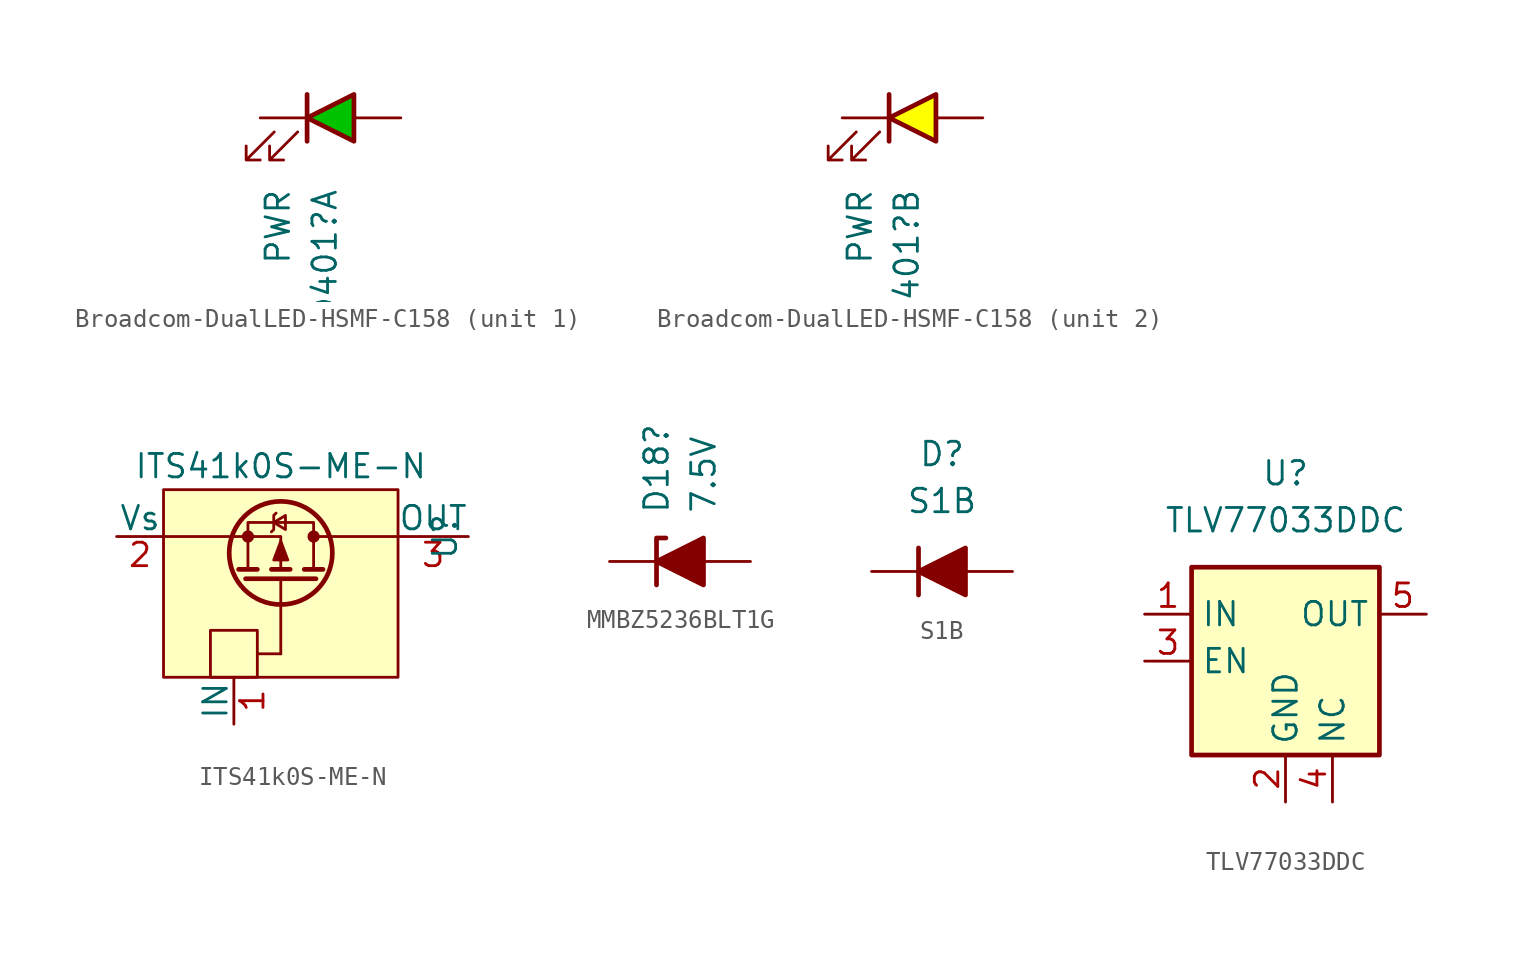
<source format=kicad_sym>
(kicad_symbol_lib
  (version 20241209)
  (generator "kicad_symbol_editor")
  (generator_version "9.0")
  (symbol "Broadcom-DualLED-HSMF-C158"
    (pin_numbers
      (hide yes))
    (pin_names
      (offset 1.016)
      (hide yes))
    (property "Reference" "D401"
      (at -0.317 -3.81 90)
      (effects (font (size 1.27 1.27)) (justify right)))
    (property "Value" "PWR"
      (at -2.857 -3.81 90)
      (effects (font (size 1.27 1.27)) (justify right)))
    (property "ki_locked" ""
      (at 0 0 0)
      (effects (font (size 1.27 1.27))))
    (symbol "Broadcom-DualLED-HSMF-C158_0_1"
      (polyline (pts (xy -3.048 -0.762) (xy -4.572 -2.286) (xy -3.81 -2.286) (xy -4.572 -2.286) (xy -4.572 -1.524)) (stroke (width 0) (type default)) (fill (type none)))
      (polyline (pts (xy -1.778 -0.762) (xy -3.302 -2.286) (xy -2.54 -2.286) (xy -3.302 -2.286) (xy -3.302 -1.524)) (stroke (width 0) (type default)) (fill (type none)))
      (polyline (pts (xy -1.27 -1.27) (xy -1.27 1.27)) (stroke (width 0.254) (type default)) (fill (type none))))
    (symbol "Broadcom-DualLED-HSMF-C158_1_1"
      (polyline (pts (xy 1.27 -1.27) (xy 1.27 1.27) (xy -1.27 0) (xy 1.27 -1.27)) (stroke (width 0.254) (type solid)) (fill (type color) (color 0 194 0 1)))
      (pin passive line (at -3.81 0 0) (length 2.54) (name "KG" (effects (font (size 1.27 1.27)))) (number "2" (effects (font (size 1.27 1.27)))))
      (pin passive line (at 3.81 0 180) (length 2.54) (name "AG" (effects (font (size 1.27 1.27)))) (number "1" (effects (font (size 1.27 1.27))))))
    (symbol "Broadcom-DualLED-HSMF-C158_2_1"
      (polyline (pts (xy 1.27 -1.27) (xy 1.27 1.27) (xy -1.27 0) (xy 1.27 -1.27)) (stroke (width 0.254) (type solid)) (fill (type color) (color 255 255 0 1)))
      (pin passive line (at -3.81 0 0) (length 2.54) (name "KY" (effects (font (size 1.27 1.27)))) (number "4" (effects (font (size 1.27 1.27)))))
      (pin passive line (at 3.81 0 180) (length 2.54) (name "AY" (effects (font (size 1.27 1.27)))) (number "3" (effects (font (size 1.27 1.27)))))))
  (symbol "ITS41k0S-ME-N"
    (pin_names
      (offset 0))
    (property "Reference" "U"
      (at 8.89 0 90)
      (effects (font (size 1.27 1.27))))
    (property "Value" "ITS41k0S-ME-N"
      (at 0 3.81 0)
      (effects (font (size 1.27 1.27))))
    (symbol "ITS41k0S-ME-N_0_1"
      (rectangle (start -3.81 -5.08) (end -1.27 -7.62) (stroke (width 0) (type default)) (fill (type none)))
      (polyline (pts (xy -2.54 0) (xy 0 0) (xy 0 -1.778)) (stroke (width 0) (type default)) (fill (type none)))
      (circle (center -1.778 0) (radius 0.254) (stroke (width 0) (type default)) (fill (type outline)))
      (polyline (pts (xy -1.27 -1.778) (xy -2.286 -1.778)) (stroke (width 0.254) (type default)) (fill (type none)))
      (polyline (pts (xy -0.508 0.254) (xy -0.381 0.381) (xy -0.381 1.143) (xy -0.254 1.27)) (stroke (width 0) (type default)) (fill (type none)))
      (polyline (pts (xy -0.381 0.762) (xy 0.254 0.381) (xy 0.254 1.143) (xy -0.381 0.762)) (stroke (width 0) (type default)) (fill (type none)))
      (polyline (pts (xy 0 -0.254) (xy 0.381 -1.27) (xy -0.381 -1.27) (xy 0 -0.254)) (stroke (width 0) (type default)) (fill (type outline)))
      (circle (center 0 -0.889) (radius 2.794) (stroke (width 0.254) (type default)) (fill (type none)))
      (polyline (pts (xy 0 -2.286) (xy 0 -6.35)) (stroke (width 0) (type default)) (fill (type none)))
      (polyline (pts (xy 0 -6.35) (xy -1.27 -6.35)) (stroke (width 0) (type default)) (fill (type none)))
      (polyline (pts (xy 0.508 -1.778) (xy -0.508 -1.778)) (stroke (width 0.254) (type default)) (fill (type none)))
      (circle (center 1.778 0) (radius 0.254) (stroke (width 0) (type default)) (fill (type outline)))
      (polyline (pts (xy 1.778 -1.778) (xy 1.778 0.762) (xy -1.778 0.762) (xy -1.778 -1.778)) (stroke (width 0) (type default)) (fill (type none)))
      (polyline (pts (xy 1.905 -2.286) (xy -1.905 -2.286)) (stroke (width 0.254) (type default)) (fill (type none)))
      (polyline (pts (xy 2.286 -1.778) (xy 1.27 -1.778)) (stroke (width 0.254) (type default)) (fill (type none)))
      (polyline (pts (xy 2.54 0) (xy 1.778 0)) (stroke (width 0) (type default)) (fill (type none))))
    (symbol "ITS41k0S-ME-N_1_1"
      (rectangle (start -6.35 2.54) (end 6.35 -7.62) (stroke (width 0) (type solid)) (fill (type background)))
      (polyline (pts (xy -6.35 0) (xy -2.54 0)) (stroke (width 0) (type default)) (fill (type none)))
      (polyline (pts (xy 6.35 0) (xy 2.54 0)) (stroke (width 0) (type default)) (fill (type none)))
      (pin passive line (at -8.89 0 0) (length 2.54) (name "Vs" (effects (font (size 1.27 1.27)))) (number "2" (effects (font (size 1.27 1.27)))))
      (pin input line (at -2.54 -10.16 90) (length 2.54) (name "IN" (effects (font (size 1.27 1.27)))) (number "1" (effects (font (size 1.27 1.27)))))
      (pin passive line (at 10.16 0 180) (length 3.81) (name "OUT" (effects (font (size 1.27 1.27)))) (number "3" (effects (font (size 1.27 1.27)))))))
  (symbol "MMBZ5236BLT1G"
    (pin_numbers
      (hide yes))
    (pin_names
      (offset 1.016)
      (hide yes))
    (property "Reference" "D18"
      (at -1.27 2.54 90)
      (effects (font (size 1.27 1.27)) (justify left)))
    (property "Value" "7.5V"
      (at 1.27 2.54 90)
      (effects (font (size 1.27 1.27)) (justify left)))
    (symbol "MMBZ5236BLT1G_0_1"
      (polyline (pts (xy -1.27 -1.27) (xy -1.27 1.27) (xy -0.762 1.27)) (stroke (width 0.254) (type default)) (fill (type none))))
    (symbol "MMBZ5236BLT1G_1_1"
      (polyline (pts (xy 1.27 -1.27) (xy 1.27 1.27) (xy -1.27 0) (xy 1.27 -1.27)) (stroke (width 0.254) (type solid)) (fill (type outline)))
      (pin passive line (at -3.81 0 0) (length 2.54) (name "K" (effects (font (size 1.27 1.27)))) (number "3" (effects (font (size 1.27 1.27)))))
      (pin passive line (at 3.81 0 180) (length 2.54) (name "A" (effects (font (size 1.27 1.27)))) (number "1" (effects (font (size 1.27 1.27)))))))
  (symbol "S1B"
    (pin_numbers
      (hide yes))
    (pin_names
      (hide yes))
    (property "Reference" "D"
      (at 0 6.35 0)
      (effects (font (size 1.27 1.27))))
    (property "Value" "S1B"
      (at 0 3.81 0)
      (effects (font (size 1.27 1.27))))
    (symbol "S1B_0_1"
      (polyline (pts (xy -1.27 1.27) (xy -1.27 -1.27)) (stroke (width 0.254) (type default)) (fill (type none))))
    (symbol "S1B_1_1"
      (polyline (pts (xy 1.27 1.27) (xy 1.27 -1.27) (xy -1.27 0) (xy 1.27 1.27)) (stroke (width 0.254) (type solid)) (fill (type outline)))
      (pin passive line (at -3.81 0 0) (length 2.54) (name "K" (effects (font (size 1.27 1.27)))) (number "1" (effects (font (size 1.27 1.27)))))
      (pin passive line (at 3.81 0 180) (length 2.54) (name "A" (effects (font (size 1.27 1.27)))) (number "2" (effects (font (size 1.27 1.27)))))))
  (symbol "TLV77033DDC"
    (property "Reference" "U"
      (at 0 10.16 0)
      (effects (font (size 1.27 1.27))))
    (property "Value" "TLV77033DDC"
      (at 0 7.62 0)
      (effects (font (size 1.27 1.27))))
    (symbol "TLV77033DDC_0_1"
      (rectangle (start -5.08 -5.08) (end 5.08 5.08) (stroke (width 0.254) (type default)) (fill (type background)))
      (pin power_in line (at -7.62 2.54 0) (length 2.54) (name "IN" (effects (font (size 1.27 1.27)))) (number "1" (effects (font (size 1.27 1.27)))))
      (pin input line (at -7.62 0 0) (length 2.54) (name "EN" (effects (font (size 1.27 1.27)))) (number "3" (effects (font (size 1.27 1.27)))))
      (pin power_in line (at 0 -7.62 90) (length 2.54) (name "GND" (effects (font (size 1.27 1.27)))) (number "2" (effects (font (size 1.27 1.27)))))
      (pin power_out line (at 7.62 2.54 180) (length 2.54) (name "OUT" (effects (font (size 1.27 1.27)))) (number "5" (effects (font (size 1.27 1.27))))))
    (symbol "TLV77033DDC_1_1"
      (pin passive line (at 2.54 -7.62 90) (length 2.54) (name "NC" (effects (font (size 1.27 1.27)))) (number "4" (effects (font (size 1.27 1.27))))))))
</source>
